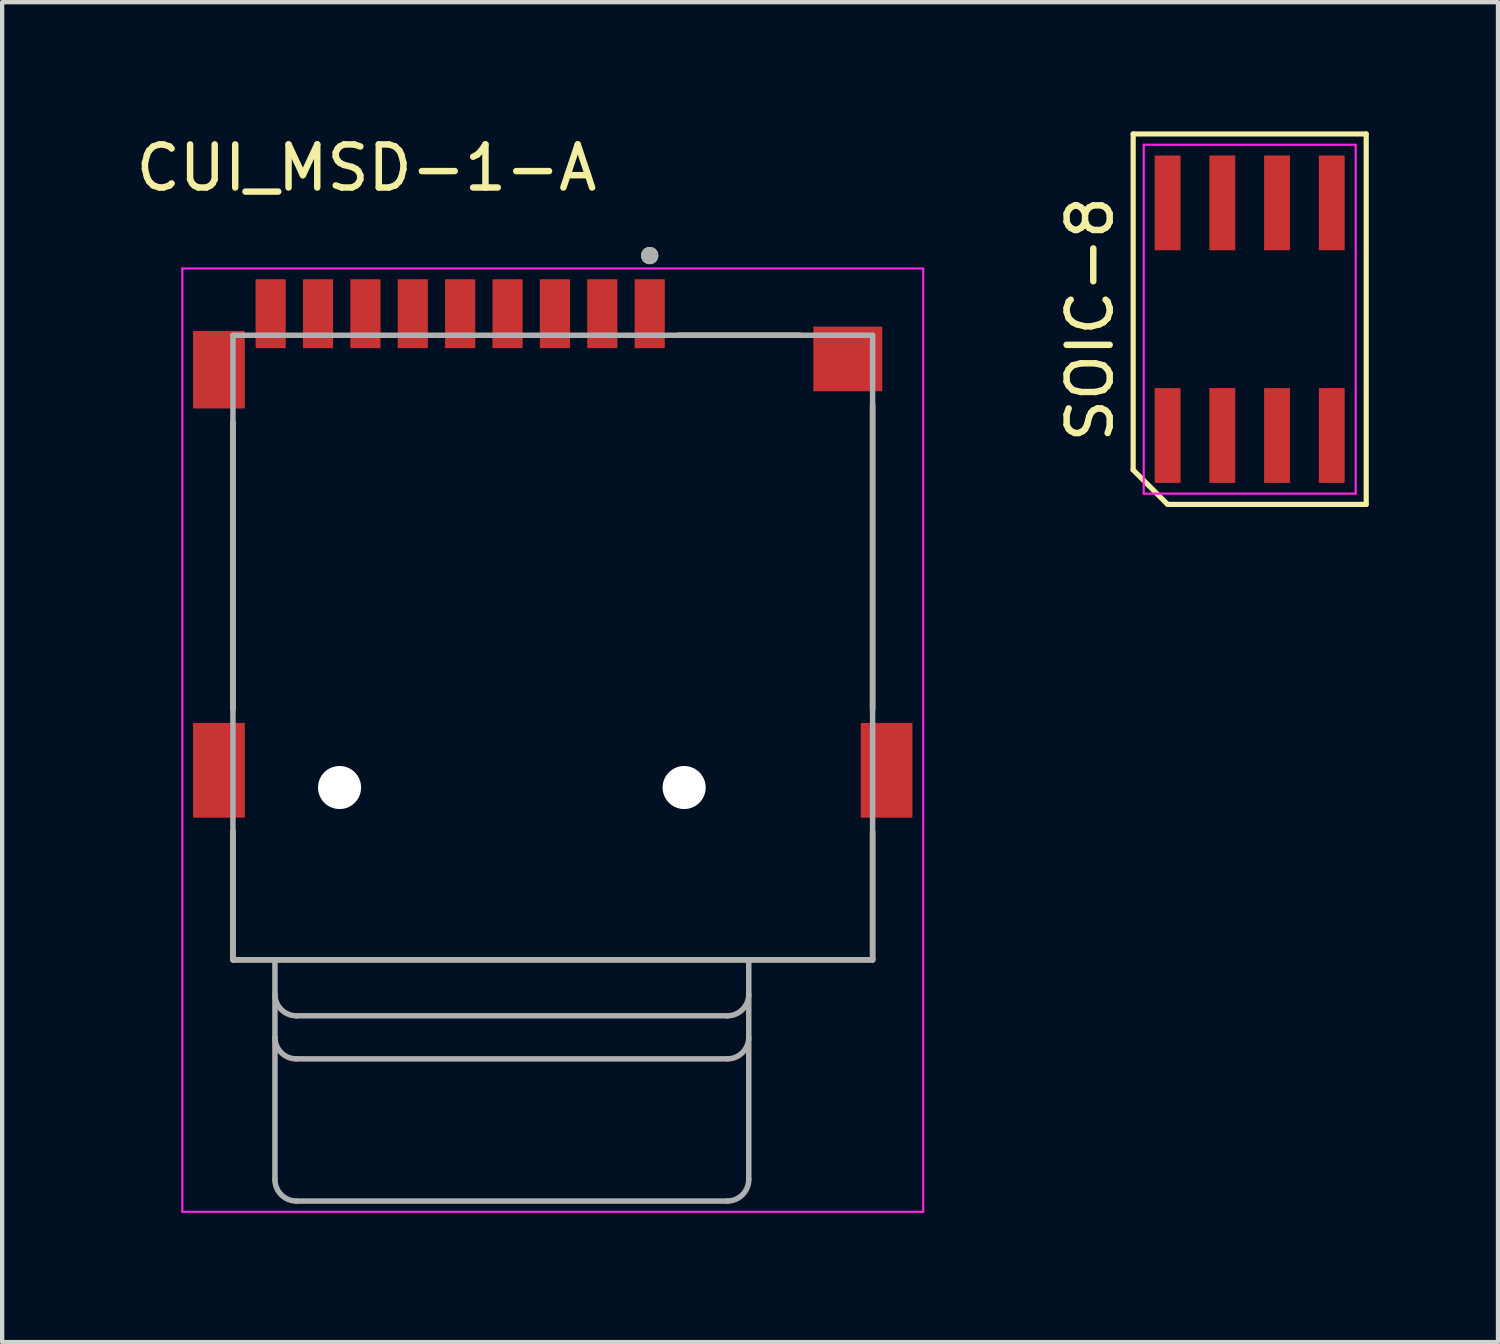
<source format=kicad_pcb>
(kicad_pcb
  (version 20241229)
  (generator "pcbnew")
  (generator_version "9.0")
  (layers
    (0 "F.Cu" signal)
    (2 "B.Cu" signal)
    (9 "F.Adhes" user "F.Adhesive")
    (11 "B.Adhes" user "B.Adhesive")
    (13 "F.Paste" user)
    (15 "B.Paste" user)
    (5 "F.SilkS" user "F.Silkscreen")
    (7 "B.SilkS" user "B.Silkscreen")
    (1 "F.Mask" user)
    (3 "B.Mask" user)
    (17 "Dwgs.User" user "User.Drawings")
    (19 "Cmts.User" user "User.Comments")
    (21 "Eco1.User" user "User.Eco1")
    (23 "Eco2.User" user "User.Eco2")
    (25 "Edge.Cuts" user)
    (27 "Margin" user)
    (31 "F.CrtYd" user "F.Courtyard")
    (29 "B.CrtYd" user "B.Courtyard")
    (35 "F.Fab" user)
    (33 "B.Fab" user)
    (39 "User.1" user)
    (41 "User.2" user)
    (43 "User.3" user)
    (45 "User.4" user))
  (footprint "SOIC-8"
    (layer "F.Cu")
    (at 25.962 4.36)
    (property "Reference" "SOIC-8" (at -3.705 0 90) (layer "F.SilkS") (effects (font (size 1 1) (thickness 0.15))))
    (attr smd)
    (fp_line (start -2.705 -4.3) (end 2.705 -4.3) (stroke (width 0.12) (type solid)) (layer "F.SilkS"))
    (fp_line (start -2.705 3.5) (end -2.705 -4.3) (stroke (width 0.12) (type solid)) (layer "F.SilkS"))
    (fp_line (start -1.905 4.3) (end -2.705 3.5) (stroke (width 0.12) (type solid)) (layer "F.SilkS"))
    (fp_line (start 2.705 -4.3) (end 2.705 4.3) (stroke (width 0.12) (type solid)) (layer "F.SilkS"))
    (fp_line (start 2.705 4.3) (end -1.905 4.3) (stroke (width 0.12) (type solid)) (layer "F.SilkS"))
    (fp_line (start -2.46 -4.05) (end 2.46 -4.05) (stroke (width 0.05) (type solid)) (layer "F.CrtYd"))
    (fp_line (start -2.46 4.05) (end -2.46 -4.05) (stroke (width 0.05) (type solid)) (layer "F.CrtYd"))
    (fp_line (start 2.46 -4.05) (end 2.46 4.05) (stroke (width 0.05) (type solid)) (layer "F.CrtYd"))
    (fp_line (start 2.46 4.05) (end -2.46 4.05) (stroke (width 0.05) (type solid)) (layer "F.CrtYd"))
    (pad "1" smd rect (at -1.905 2.7) (size 0.6 2.2) (layers "F.Cu" "F.Mask" "F.Paste"))
    (pad "2" smd rect (at -0.635 2.7) (size 0.6 2.2) (layers "F.Cu" "F.Mask" "F.Paste"))
    (pad "3" smd rect (at 0.635 2.7) (size 0.6 2.2) (layers "F.Cu" "F.Mask" "F.Paste"))
    (pad "4" smd rect (at 1.905 2.7) (size 0.6 2.2) (layers "F.Cu" "F.Mask" "F.Paste"))
    (pad "5" smd rect (at 1.905 -2.7) (size 0.6 2.2) (layers "F.Cu" "F.Mask" "F.Paste"))
    (pad "6" smd rect (at 0.635 -2.7) (size 0.6 2.2) (layers "F.Cu" "F.Mask" "F.Paste"))
    (pad "7" smd rect (at -0.635 -2.7) (size 0.6 2.2) (layers "F.Cu" "F.Mask" "F.Paste"))
    (pad "8" smd rect (at -1.905 -2.7) (size 0.6 2.2) (layers "F.Cu" "F.Mask" "F.Paste")))
  (footprint "CUI_MSD-1-A"
    (layer "F.Cu")
    (at 9.783 11.983)
    (property "Reference" "CUI_MSD-1-A" (at -4.325 -11.135 0) (layer "F.SilkS") (effects (font (size 1 1) (thickness 0.15))))
    (attr smd)
    (fp_line (start -7.425 -5.23) (end -7.425 1.43) (stroke (width 0.127) (type solid)) (layer "F.SilkS"))
    (fp_line (start -7.425 4.27) (end -7.425 7.25) (stroke (width 0.127) (type solid)) (layer "F.SilkS"))
    (fp_line (start -7.425 7.25) (end 7.425 7.25) (stroke (width 0.127) (type solid)) (layer "F.SilkS"))
    (fp_line (start 5.73 -7.25) (end 2.92 -7.25) (stroke (width 0.127) (type solid)) (layer "F.SilkS"))
    (fp_line (start 7.425 -5.63) (end 7.425 1.43) (stroke (width 0.127) (type solid)) (layer "F.SilkS"))
    (fp_line (start 7.425 4.27) (end 7.425 7.25) (stroke (width 0.127) (type solid)) (layer "F.SilkS"))
    (fp_circle (center 2.25 -9.1) (end 2.35 -9.1) (stroke (width 0.2) (type solid)) (fill no) (layer "F.SilkS"))
    (fp_line (start -8.6 -8.8) (end 8.6 -8.8) (stroke (width 0.05) (type solid)) (layer "F.CrtYd"))
    (fp_line (start -8.6 13.1) (end -8.6 -8.8) (stroke (width 0.05) (type solid)) (layer "F.CrtYd"))
    (fp_line (start 8.6 -8.8) (end 8.6 13.1) (stroke (width 0.05) (type solid)) (layer "F.CrtYd"))
    (fp_line (start 8.6 13.1) (end -8.6 13.1) (stroke (width 0.05) (type solid)) (layer "F.CrtYd"))
    (fp_line (start -7.425 -7.25) (end -7.425 7.25) (stroke (width 0.127) (type solid)) (layer "F.Fab"))
    (fp_line (start -7.425 7.25) (end -6.45 7.25) (stroke (width 0.127) (type solid)) (layer "F.Fab"))
    (fp_line (start -6.45 7.25) (end -6.45 12.35) (stroke (width 0.127) (type solid)) (layer "F.Fab"))
    (fp_line (start -6.45 7.25) (end 4.55 7.25) (stroke (width 0.127) (type solid)) (layer "F.Fab"))
    (fp_line (start -5.95 8.55) (end 4.05 8.55) (stroke (width 0.127) (type solid)) (layer "F.Fab"))
    (fp_line (start -5.95 9.55) (end 4.05 9.55) (stroke (width 0.127) (type solid)) (layer "F.Fab"))
    (fp_line (start -5.95 12.85) (end 4.05 12.85) (stroke (width 0.127) (type solid)) (layer "F.Fab"))
    (fp_line (start 4.55 7.25) (end 7.425 7.25) (stroke (width 0.127) (type solid)) (layer "F.Fab"))
    (fp_line (start 4.55 12.35) (end 4.55 7.25) (stroke (width 0.127) (type solid)) (layer "F.Fab"))
    (fp_line (start 7.425 -7.25) (end -7.425 -7.25) (stroke (width 0.127) (type solid)) (layer "F.Fab"))
    (fp_line (start 7.425 7.25) (end 7.425 -7.25) (stroke (width 0.127) (type solid)) (layer "F.Fab"))
    (fp_arc (start -5.95 8.55) (mid -6.303553 8.403553) (end -6.45 8.05) (stroke (width 0.127) (type solid)) (layer "F.Fab"))
    (fp_arc (start -5.95 9.55) (mid -6.303553 9.403553) (end -6.45 9.05) (stroke (width 0.127) (type solid)) (layer "F.Fab"))
    (fp_arc (start -5.95 12.85) (mid -6.303553 12.703553) (end -6.45 12.35) (stroke (width 0.127) (type solid)) (layer "F.Fab"))
    (fp_arc (start 4.55 8.05) (mid 4.403553 8.403553) (end 4.05 8.55) (stroke (width 0.127) (type solid)) (layer "F.Fab"))
    (fp_arc (start 4.55 9.05) (mid 4.403553 9.403553) (end 4.05 9.55) (stroke (width 0.127) (type solid)) (layer "F.Fab"))
    (fp_arc (start 4.55 12.35) (mid 4.403553 12.703553) (end 4.05 12.85) (stroke (width 0.127) (type solid)) (layer "F.Fab"))
    (fp_circle (center 2.25 -9.1) (end 2.35 -9.1) (stroke (width 0.2) (type solid)) (fill no) (layer "F.Fab"))
    (pad "" np_thru_hole circle (at -4.95 3.25) (size 1 1) (drill 1) (layers "*.Cu" "*.Mask"))
    (pad "" np_thru_hole circle (at 3.05 3.25) (size 1 1) (drill 1) (layers "*.Cu" "*.Mask"))
    (pad "1" smd rect (at 2.25 -7.75) (size 0.7 1.6) (layers "F.Cu" "F.Mask" "F.Paste"))
    (pad "2" smd rect (at 1.15 -7.75) (size 0.7 1.6) (layers "F.Cu" "F.Mask" "F.Paste"))
    (pad "3" smd rect (at 0.05 -7.75) (size 0.7 1.6) (layers "F.Cu" "F.Mask" "F.Paste"))
    (pad "4" smd rect (at -1.05 -7.75) (size 0.7 1.6) (layers "F.Cu" "F.Mask" "F.Paste"))
    (pad "5" smd rect (at -2.15 -7.75) (size 0.7 1.6) (layers "F.Cu" "F.Mask" "F.Paste"))
    (pad "6" smd rect (at -3.25 -7.75) (size 0.7 1.6) (layers "F.Cu" "F.Mask" "F.Paste"))
    (pad "7" smd rect (at -4.35 -7.75) (size 0.7 1.6) (layers "F.Cu" "F.Mask" "F.Paste"))
    (pad "8" smd rect (at -5.45 -7.75) (size 0.7 1.6) (layers "F.Cu" "F.Mask" "F.Paste"))
    (pad "CD" smd rect (at -6.55 -7.75) (size 0.7 1.6) (layers "F.Cu" "F.Mask" "F.Paste"))
    (pad "G1" smd rect (at -7.75 -6.45) (size 1.2 1.8) (layers "F.Cu" "F.Mask" "F.Paste"))
    (pad "G2" smd rect (at 6.85 -6.7) (size 1.6 1.5) (layers "F.Cu" "F.Mask" "F.Paste"))
    (pad "G3" smd rect (at -7.75 2.85) (size 1.2 2.2) (layers "F.Cu" "F.Mask" "F.Paste"))
    (pad "G4" smd rect (at 7.75 2.85) (size 1.2 2.2) (layers "F.Cu" "F.Mask" "F.Paste")))
  (gr_rect
    (start -3 -3)
    (end 31.727 28.108)
    (stroke (width 0.1) (type default))
    (fill no)
    (layer "Edge.Cuts")))
</source>
